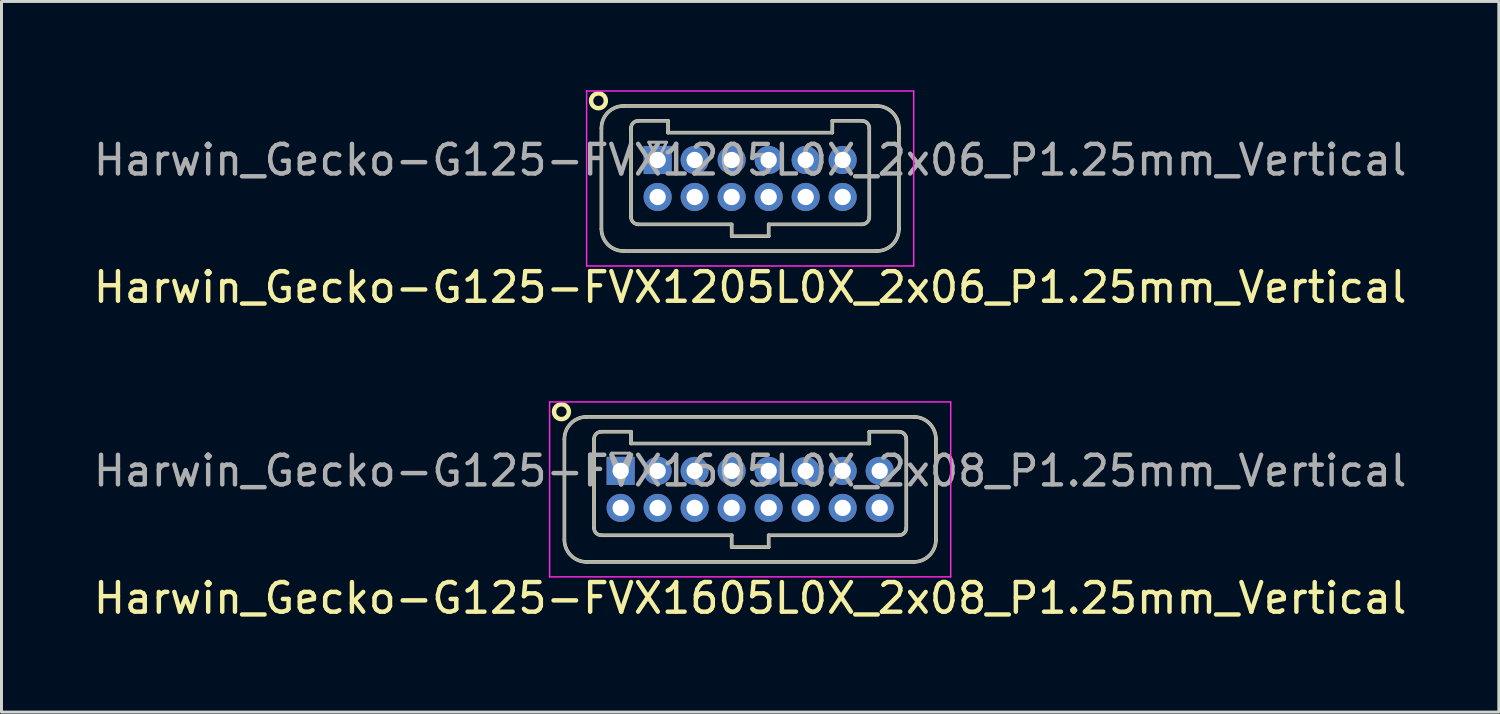
<source format=kicad_pcb>
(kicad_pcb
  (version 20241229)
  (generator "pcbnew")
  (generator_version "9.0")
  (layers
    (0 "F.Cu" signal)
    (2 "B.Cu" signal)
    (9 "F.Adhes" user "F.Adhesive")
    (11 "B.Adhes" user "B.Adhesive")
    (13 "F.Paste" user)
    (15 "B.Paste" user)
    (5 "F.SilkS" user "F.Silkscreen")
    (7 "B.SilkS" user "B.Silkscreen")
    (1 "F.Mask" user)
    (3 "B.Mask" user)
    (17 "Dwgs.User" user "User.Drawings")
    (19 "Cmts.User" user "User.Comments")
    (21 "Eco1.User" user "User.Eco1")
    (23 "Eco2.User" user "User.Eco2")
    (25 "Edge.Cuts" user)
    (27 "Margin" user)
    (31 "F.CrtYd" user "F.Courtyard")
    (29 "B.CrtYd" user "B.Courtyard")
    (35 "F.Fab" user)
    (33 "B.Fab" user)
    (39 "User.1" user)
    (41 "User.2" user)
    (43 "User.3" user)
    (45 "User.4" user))
  (footprint "Harwin_Gecko-G125-FVX1605L0X_2x08_P1.25mm_Vertical"
    (layer "F.Cu")
    (at 17.917 12.858)
    (property "Reference" "Harwin_Gecko-G125-FVX1605L0X_2x08_P1.25mm_Vertical" (at 4.375 4.3 0) (layer "F.SilkS") (effects (font (size 1 1) (thickness 0.15))))
    (attr through_hole)
    (fp_line (start -1.9 -1.075) (end -1.9 2.325) (stroke (width 0.12) (type solid)) (layer "F.SilkS"))
    (fp_line (start -1.15 -1.825) (end 9.9 -1.825) (stroke (width 0.12) (type solid)) (layer "F.SilkS"))
    (fp_line (start -1.15 3.075) (end 9.9 3.075) (stroke (width 0.12) (type solid)) (layer "F.SilkS"))
    (fp_line (start -0.9 -1.075) (end -0.9 1.925) (stroke (width 0.12) (type solid)) (layer "F.SilkS"))
    (fp_line (start -0.65 -1.325) (end 0.35 -1.325) (stroke (width 0.12) (type solid)) (layer "F.SilkS"))
    (fp_line (start -0.65 2.175) (end 3.75 2.175) (stroke (width 0.12) (type solid)) (layer "F.SilkS"))
    (fp_line (start 0.35 -1.325) (end 0.35 -0.925) (stroke (width 0.12) (type solid)) (layer "F.SilkS"))
    (fp_line (start 0.35 -0.925) (end 8.4 -0.925) (stroke (width 0.12) (type solid)) (layer "F.SilkS"))
    (fp_line (start 3.75 2.175) (end 3.75 2.575) (stroke (width 0.12) (type solid)) (layer "F.SilkS"))
    (fp_line (start 3.75 2.575) (end 5 2.575) (stroke (width 0.12) (type solid)) (layer "F.SilkS"))
    (fp_line (start 5 2.175) (end 9.4 2.175) (stroke (width 0.12) (type solid)) (layer "F.SilkS"))
    (fp_line (start 5 2.575) (end 5 2.175) (stroke (width 0.12) (type solid)) (layer "F.SilkS"))
    (fp_line (start 8.4 -1.325) (end 9.4 -1.325) (stroke (width 0.12) (type solid)) (layer "F.SilkS"))
    (fp_line (start 8.4 -0.925) (end 8.4 -1.325) (stroke (width 0.12) (type solid)) (layer "F.SilkS"))
    (fp_line (start 9.65 -1.075) (end 9.65 1.925) (stroke (width 0.12) (type solid)) (layer "F.SilkS"))
    (fp_line (start 10.65 -1.075) (end 10.65 2.325) (stroke (width 0.12) (type solid)) (layer "F.SilkS"))
    (fp_arc (start -1.9 -1.075) (mid -1.68033 -1.60533) (end -1.15 -1.825) (stroke (width 0.12) (type solid)) (layer "F.SilkS"))
    (fp_arc (start -1.15 3.075) (mid -1.68033 2.85533) (end -1.9 2.325) (stroke (width 0.12) (type solid)) (layer "F.SilkS"))
    (fp_arc (start -0.9 -1.075) (mid -0.826777 -1.251777) (end -0.65 -1.325) (stroke (width 0.12) (type solid)) (layer "F.SilkS"))
    (fp_arc (start -0.65 2.175) (mid -0.826777 2.101777) (end -0.9 1.925) (stroke (width 0.12) (type solid)) (layer "F.SilkS"))
    (fp_arc (start 9.4 -1.325) (mid 9.576777 -1.251777) (end 9.65 -1.075) (stroke (width 0.12) (type solid)) (layer "F.SilkS"))
    (fp_arc (start 9.65 1.925) (mid 9.576777 2.101777) (end 9.4 2.175) (stroke (width 0.12) (type solid)) (layer "F.SilkS"))
    (fp_arc (start 9.9 -1.825) (mid 10.43033 -1.60533) (end 10.65 -1.075) (stroke (width 0.12) (type solid)) (layer "F.SilkS"))
    (fp_arc (start 10.65 2.325) (mid 10.43033 2.85533) (end 9.9 3.075) (stroke (width 0.12) (type solid)) (layer "F.SilkS"))
    (fp_circle (center -2 -2) (end -1.75 -2) (stroke (width 0.15) (type solid)) (fill no) (layer "F.SilkS"))
    (fp_line (start -2.4 -2.33) (end -2.4 3.58) (stroke (width 0.05) (type solid)) (layer "F.CrtYd"))
    (fp_line (start -2.4 3.58) (end 11.15 3.58) (stroke (width 0.05) (type solid)) (layer "F.CrtYd"))
    (fp_line (start 11.15 -2.33) (end -2.4 -2.33) (stroke (width 0.05) (type solid)) (layer "F.CrtYd"))
    (fp_line (start 11.15 3.58) (end 11.15 -2.33) (stroke (width 0.05) (type solid)) (layer "F.CrtYd"))
    (fp_line (start -1.9 -1.075) (end -1.9 2.325) (stroke (width 0.1) (type solid)) (layer "F.Fab"))
    (fp_line (start -1.15 -1.825) (end 9.9 -1.825) (stroke (width 0.1) (type solid)) (layer "F.Fab"))
    (fp_line (start -1.15 3.075) (end 9.9 3.075) (stroke (width 0.1) (type solid)) (layer "F.Fab"))
    (fp_line (start -0.9 -1.075) (end -0.9 1.925) (stroke (width 0.1) (type solid)) (layer "F.Fab"))
    (fp_line (start -0.65 -1.325) (end 0.35 -1.325) (stroke (width 0.1) (type solid)) (layer "F.Fab"))
    (fp_line (start -0.65 2.175) (end 3.75 2.175) (stroke (width 0.1) (type solid)) (layer "F.Fab"))
    (fp_line (start -0.3 -0.6) (end 0.3 -0.6) (stroke (width 0.1) (type solid)) (layer "F.Fab"))
    (fp_line (start 0 0) (end -0.3 -0.6) (stroke (width 0.1) (type solid)) (layer "F.Fab"))
    (fp_line (start 0.3 -0.6) (end 0 0) (stroke (width 0.1) (type solid)) (layer "F.Fab"))
    (fp_line (start 0.35 -1.325) (end 0.35 -0.925) (stroke (width 0.1) (type solid)) (layer "F.Fab"))
    (fp_line (start 0.35 -0.925) (end 8.4 -0.925) (stroke (width 0.1) (type solid)) (layer "F.Fab"))
    (fp_line (start 3.75 2.175) (end 3.75 2.575) (stroke (width 0.1) (type solid)) (layer "F.Fab"))
    (fp_line (start 3.75 2.575) (end 5 2.575) (stroke (width 0.1) (type solid)) (layer "F.Fab"))
    (fp_line (start 5 2.175) (end 9.4 2.175) (stroke (width 0.1) (type solid)) (layer "F.Fab"))
    (fp_line (start 5 2.575) (end 5 2.175) (stroke (width 0.1) (type solid)) (layer "F.Fab"))
    (fp_line (start 8.4 -1.325) (end 9.4 -1.325) (stroke (width 0.1) (type solid)) (layer "F.Fab"))
    (fp_line (start 8.4 -0.925) (end 8.4 -1.325) (stroke (width 0.1) (type solid)) (layer "F.Fab"))
    (fp_line (start 9.65 -1.075) (end 9.65 1.925) (stroke (width 0.1) (type solid)) (layer "F.Fab"))
    (fp_line (start 10.65 -1.075) (end 10.65 2.325) (stroke (width 0.1) (type solid)) (layer "F.Fab"))
    (fp_arc (start -1.9 -1.075) (mid -1.68033 -1.60533) (end -1.15 -1.825) (stroke (width 0.1) (type solid)) (layer "F.Fab"))
    (fp_arc (start -1.15 3.075) (mid -1.68033 2.85533) (end -1.9 2.325) (stroke (width 0.1) (type solid)) (layer "F.Fab"))
    (fp_arc (start -0.9 -1.075) (mid -0.826777 -1.251777) (end -0.65 -1.325) (stroke (width 0.1) (type solid)) (layer "F.Fab"))
    (fp_arc (start -0.65 2.175) (mid -0.826777 2.101777) (end -0.9 1.925) (stroke (width 0.1) (type solid)) (layer "F.Fab"))
    (fp_arc (start 9.4 -1.325) (mid 9.576777 -1.251777) (end 9.65 -1.075) (stroke (width 0.1) (type solid)) (layer "F.Fab"))
    (fp_arc (start 9.65 1.925) (mid 9.576777 2.101777) (end 9.4 2.175) (stroke (width 0.1) (type solid)) (layer "F.Fab"))
    (fp_arc (start 9.9 -1.825) (mid 10.43033 -1.60533) (end 10.65 -1.075) (stroke (width 0.1) (type solid)) (layer "F.Fab"))
    (fp_arc (start 10.65 2.325) (mid 10.43033 2.85533) (end 9.9 3.075) (stroke (width 0.1) (type solid)) (layer "F.Fab"))
    (fp_text user "${REFERENCE}" (at 4.375 0 0) (layer "F.Fab") (effects (font (size 1 1) (thickness 0.15))))
    (pad "1" thru_hole rect (at 0 0) (size 0.95 0.95) (drill 0.55) (layers "*.Cu" "*.Mask"))
    (pad "2" thru_hole circle (at 0 1.25) (size 0.95 0.95) (drill 0.55) (layers "*.Cu" "*.Mask"))
    (pad "3" thru_hole circle (at 1.25 0) (size 0.95 0.95) (drill 0.55) (layers "*.Cu" "*.Mask"))
    (pad "4" thru_hole circle (at 1.25 1.25) (size 0.95 0.95) (drill 0.55) (layers "*.Cu" "*.Mask"))
    (pad "5" thru_hole circle (at 2.5 0) (size 0.95 0.95) (drill 0.55) (layers "*.Cu" "*.Mask"))
    (pad "6" thru_hole circle (at 2.5 1.25) (size 0.95 0.95) (drill 0.55) (layers "*.Cu" "*.Mask"))
    (pad "7" thru_hole circle (at 3.75 0) (size 0.95 0.95) (drill 0.55) (layers "*.Cu" "*.Mask"))
    (pad "8" thru_hole circle (at 3.75 1.25) (size 0.95 0.95) (drill 0.55) (layers "*.Cu" "*.Mask"))
    (pad "9" thru_hole circle (at 5 0) (size 0.95 0.95) (drill 0.55) (layers "*.Cu" "*.Mask"))
    (pad "10" thru_hole circle (at 5 1.25) (size 0.95 0.95) (drill 0.55) (layers "*.Cu" "*.Mask"))
    (pad "11" thru_hole circle (at 6.25 0) (size 0.95 0.95) (drill 0.55) (layers "*.Cu" "*.Mask"))
    (pad "12" thru_hole circle (at 6.25 1.25) (size 0.95 0.95) (drill 0.55) (layers "*.Cu" "*.Mask"))
    (pad "13" thru_hole circle (at 7.5 0) (size 0.95 0.95) (drill 0.55) (layers "*.Cu" "*.Mask"))
    (pad "14" thru_hole circle (at 7.5 1.25) (size 0.95 0.95) (drill 0.55) (layers "*.Cu" "*.Mask"))
    (pad "15" thru_hole circle (at 8.75 0) (size 0.95 0.95) (drill 0.55) (layers "*.Cu" "*.Mask"))
    (pad "16" thru_hole circle (at 8.75 1.25) (size 0.95 0.95) (drill 0.55) (layers "*.Cu" "*.Mask")))
  (footprint "Harwin_Gecko-G125-FVX1205L0X_2x06_P1.25mm_Vertical"
    (layer "F.Cu")
    (at 19.167 2.355)
    (property "Reference" "Harwin_Gecko-G125-FVX1205L0X_2x06_P1.25mm_Vertical" (at 3.125 4.3 0) (layer "F.SilkS") (effects (font (size 1 1) (thickness 0.15))))
    (attr through_hole)
    (fp_line (start -1.9 -1.075) (end -1.9 2.325) (stroke (width 0.12) (type solid)) (layer "F.SilkS"))
    (fp_line (start -1.15 -1.825) (end 7.4 -1.825) (stroke (width 0.12) (type solid)) (layer "F.SilkS"))
    (fp_line (start -1.15 3.075) (end 7.4 3.075) (stroke (width 0.12) (type solid)) (layer "F.SilkS"))
    (fp_line (start -0.9 -1.075) (end -0.9 1.925) (stroke (width 0.12) (type solid)) (layer "F.SilkS"))
    (fp_line (start -0.65 -1.325) (end 0.35 -1.325) (stroke (width 0.12) (type solid)) (layer "F.SilkS"))
    (fp_line (start -0.65 2.175) (end 2.5 2.175) (stroke (width 0.12) (type solid)) (layer "F.SilkS"))
    (fp_line (start 0.35 -1.325) (end 0.35 -0.925) (stroke (width 0.12) (type solid)) (layer "F.SilkS"))
    (fp_line (start 0.35 -0.925) (end 5.9 -0.925) (stroke (width 0.12) (type solid)) (layer "F.SilkS"))
    (fp_line (start 2.5 2.175) (end 2.5 2.575) (stroke (width 0.12) (type solid)) (layer "F.SilkS"))
    (fp_line (start 2.5 2.575) (end 3.75 2.575) (stroke (width 0.12) (type solid)) (layer "F.SilkS"))
    (fp_line (start 3.75 2.175) (end 6.9 2.175) (stroke (width 0.12) (type solid)) (layer "F.SilkS"))
    (fp_line (start 3.75 2.575) (end 3.75 2.175) (stroke (width 0.12) (type solid)) (layer "F.SilkS"))
    (fp_line (start 5.9 -1.325) (end 6.9 -1.325) (stroke (width 0.12) (type solid)) (layer "F.SilkS"))
    (fp_line (start 5.9 -0.925) (end 5.9 -1.325) (stroke (width 0.12) (type solid)) (layer "F.SilkS"))
    (fp_line (start 7.15 -1.075) (end 7.15 1.925) (stroke (width 0.12) (type solid)) (layer "F.SilkS"))
    (fp_line (start 8.15 -1.075) (end 8.15 2.325) (stroke (width 0.12) (type solid)) (layer "F.SilkS"))
    (fp_arc (start -1.9 -1.075) (mid -1.68033 -1.60533) (end -1.15 -1.825) (stroke (width 0.12) (type solid)) (layer "F.SilkS"))
    (fp_arc (start -1.15 3.075) (mid -1.68033 2.85533) (end -1.9 2.325) (stroke (width 0.12) (type solid)) (layer "F.SilkS"))
    (fp_arc (start -0.9 -1.075) (mid -0.826777 -1.251777) (end -0.65 -1.325) (stroke (width 0.12) (type solid)) (layer "F.SilkS"))
    (fp_arc (start -0.65 2.175) (mid -0.826777 2.101777) (end -0.9 1.925) (stroke (width 0.12) (type solid)) (layer "F.SilkS"))
    (fp_arc (start 6.9 -1.325) (mid 7.076777 -1.251777) (end 7.15 -1.075) (stroke (width 0.12) (type solid)) (layer "F.SilkS"))
    (fp_arc (start 7.15 1.925) (mid 7.076777 2.101777) (end 6.9 2.175) (stroke (width 0.12) (type solid)) (layer "F.SilkS"))
    (fp_arc (start 7.4 -1.825) (mid 7.93033 -1.60533) (end 8.15 -1.075) (stroke (width 0.12) (type solid)) (layer "F.SilkS"))
    (fp_arc (start 8.15 2.325) (mid 7.93033 2.85533) (end 7.4 3.075) (stroke (width 0.12) (type solid)) (layer "F.SilkS"))
    (fp_circle (center -2 -2) (end -1.75 -2) (stroke (width 0.15) (type solid)) (fill no) (layer "F.SilkS"))
    (fp_line (start -2.4 -2.33) (end -2.4 3.58) (stroke (width 0.05) (type solid)) (layer "F.CrtYd"))
    (fp_line (start -2.4 3.58) (end 8.65 3.58) (stroke (width 0.05) (type solid)) (layer "F.CrtYd"))
    (fp_line (start 8.65 -2.33) (end -2.4 -2.33) (stroke (width 0.05) (type solid)) (layer "F.CrtYd"))
    (fp_line (start 8.65 3.58) (end 8.65 -2.33) (stroke (width 0.05) (type solid)) (layer "F.CrtYd"))
    (fp_line (start -1.9 -1.075) (end -1.9 2.325) (stroke (width 0.1) (type solid)) (layer "F.Fab"))
    (fp_line (start -1.15 -1.825) (end 7.4 -1.825) (stroke (width 0.1) (type solid)) (layer "F.Fab"))
    (fp_line (start -1.15 3.075) (end 7.4 3.075) (stroke (width 0.1) (type solid)) (layer "F.Fab"))
    (fp_line (start -0.9 -1.075) (end -0.9 1.925) (stroke (width 0.1) (type solid)) (layer "F.Fab"))
    (fp_line (start -0.65 -1.325) (end 0.35 -1.325) (stroke (width 0.1) (type solid)) (layer "F.Fab"))
    (fp_line (start -0.65 2.175) (end 2.5 2.175) (stroke (width 0.1) (type solid)) (layer "F.Fab"))
    (fp_line (start -0.3 -0.6) (end 0.3 -0.6) (stroke (width 0.1) (type solid)) (layer "F.Fab"))
    (fp_line (start 0 0) (end -0.3 -0.6) (stroke (width 0.1) (type solid)) (layer "F.Fab"))
    (fp_line (start 0.3 -0.6) (end 0 0) (stroke (width 0.1) (type solid)) (layer "F.Fab"))
    (fp_line (start 0.35 -1.325) (end 0.35 -0.925) (stroke (width 0.1) (type solid)) (layer "F.Fab"))
    (fp_line (start 0.35 -0.925) (end 5.9 -0.925) (stroke (width 0.1) (type solid)) (layer "F.Fab"))
    (fp_line (start 2.5 2.175) (end 2.5 2.575) (stroke (width 0.1) (type solid)) (layer "F.Fab"))
    (fp_line (start 2.5 2.575) (end 3.75 2.575) (stroke (width 0.1) (type solid)) (layer "F.Fab"))
    (fp_line (start 3.75 2.175) (end 6.9 2.175) (stroke (width 0.1) (type solid)) (layer "F.Fab"))
    (fp_line (start 3.75 2.575) (end 3.75 2.175) (stroke (width 0.1) (type solid)) (layer "F.Fab"))
    (fp_line (start 5.9 -1.325) (end 6.9 -1.325) (stroke (width 0.1) (type solid)) (layer "F.Fab"))
    (fp_line (start 5.9 -0.925) (end 5.9 -1.325) (stroke (width 0.1) (type solid)) (layer "F.Fab"))
    (fp_line (start 7.15 -1.075) (end 7.15 1.925) (stroke (width 0.1) (type solid)) (layer "F.Fab"))
    (fp_line (start 8.15 -1.075) (end 8.15 2.325) (stroke (width 0.1) (type solid)) (layer "F.Fab"))
    (fp_arc (start -1.9 -1.075) (mid -1.68033 -1.60533) (end -1.15 -1.825) (stroke (width 0.1) (type solid)) (layer "F.Fab"))
    (fp_arc (start -1.15 3.075) (mid -1.68033 2.85533) (end -1.9 2.325) (stroke (width 0.1) (type solid)) (layer "F.Fab"))
    (fp_arc (start -0.9 -1.075) (mid -0.826777 -1.251777) (end -0.65 -1.325) (stroke (width 0.1) (type solid)) (layer "F.Fab"))
    (fp_arc (start -0.65 2.175) (mid -0.826777 2.101777) (end -0.9 1.925) (stroke (width 0.1) (type solid)) (layer "F.Fab"))
    (fp_arc (start 6.9 -1.325) (mid 7.076777 -1.251777) (end 7.15 -1.075) (stroke (width 0.1) (type solid)) (layer "F.Fab"))
    (fp_arc (start 7.15 1.925) (mid 7.076777 2.101777) (end 6.9 2.175) (stroke (width 0.1) (type solid)) (layer "F.Fab"))
    (fp_arc (start 7.4 -1.825) (mid 7.93033 -1.60533) (end 8.15 -1.075) (stroke (width 0.1) (type solid)) (layer "F.Fab"))
    (fp_arc (start 8.15 2.325) (mid 7.93033 2.85533) (end 7.4 3.075) (stroke (width 0.1) (type solid)) (layer "F.Fab"))
    (fp_text user "${REFERENCE}" (at 3.125 0 0) (layer "F.Fab") (effects (font (size 1 1) (thickness 0.15))))
    (pad "1" thru_hole rect (at 0 0) (size 0.95 0.95) (drill 0.55) (layers "*.Cu" "*.Mask"))
    (pad "2" thru_hole circle (at 0 1.25) (size 0.95 0.95) (drill 0.55) (layers "*.Cu" "*.Mask"))
    (pad "3" thru_hole circle (at 1.25 0) (size 0.95 0.95) (drill 0.55) (layers "*.Cu" "*.Mask"))
    (pad "4" thru_hole circle (at 1.25 1.25) (size 0.95 0.95) (drill 0.55) (layers "*.Cu" "*.Mask"))
    (pad "5" thru_hole circle (at 2.5 0) (size 0.95 0.95) (drill 0.55) (layers "*.Cu" "*.Mask"))
    (pad "6" thru_hole circle (at 2.5 1.25) (size 0.95 0.95) (drill 0.55) (layers "*.Cu" "*.Mask"))
    (pad "7" thru_hole circle (at 3.75 0) (size 0.95 0.95) (drill 0.55) (layers "*.Cu" "*.Mask"))
    (pad "8" thru_hole circle (at 3.75 1.25) (size 0.95 0.95) (drill 0.55) (layers "*.Cu" "*.Mask"))
    (pad "9" thru_hole circle (at 5 0) (size 0.95 0.95) (drill 0.55) (layers "*.Cu" "*.Mask"))
    (pad "10" thru_hole circle (at 5 1.25) (size 0.95 0.95) (drill 0.55) (layers "*.Cu" "*.Mask"))
    (pad "11" thru_hole circle (at 6.25 0) (size 0.95 0.95) (drill 0.55) (layers "*.Cu" "*.Mask"))
    (pad "12" thru_hole circle (at 6.25 1.25) (size 0.95 0.95) (drill 0.55) (layers "*.Cu" "*.Mask")))
  (gr_rect
    (start -3 -3)
    (end 47.583 21.006)
    (stroke (width 0.1) (type default))
    (fill no)
    (layer "Edge.Cuts")))
</source>
